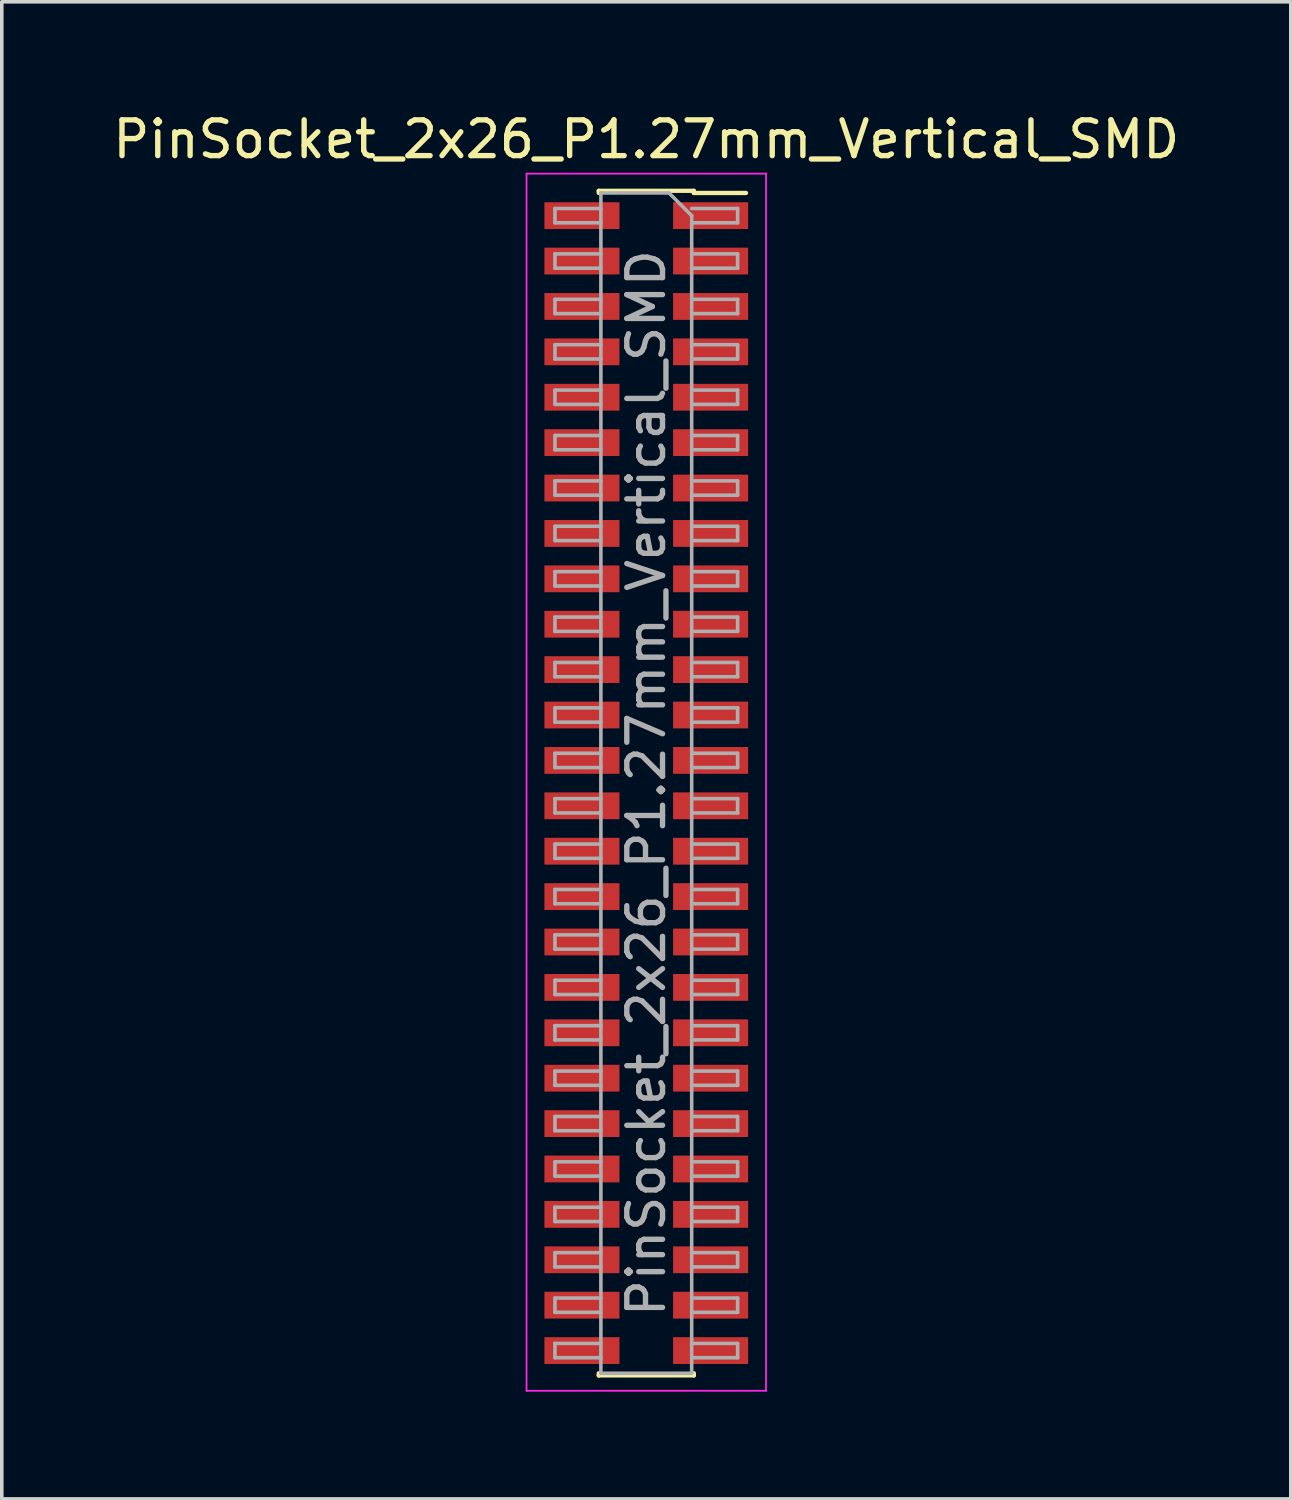
<source format=kicad_pcb>
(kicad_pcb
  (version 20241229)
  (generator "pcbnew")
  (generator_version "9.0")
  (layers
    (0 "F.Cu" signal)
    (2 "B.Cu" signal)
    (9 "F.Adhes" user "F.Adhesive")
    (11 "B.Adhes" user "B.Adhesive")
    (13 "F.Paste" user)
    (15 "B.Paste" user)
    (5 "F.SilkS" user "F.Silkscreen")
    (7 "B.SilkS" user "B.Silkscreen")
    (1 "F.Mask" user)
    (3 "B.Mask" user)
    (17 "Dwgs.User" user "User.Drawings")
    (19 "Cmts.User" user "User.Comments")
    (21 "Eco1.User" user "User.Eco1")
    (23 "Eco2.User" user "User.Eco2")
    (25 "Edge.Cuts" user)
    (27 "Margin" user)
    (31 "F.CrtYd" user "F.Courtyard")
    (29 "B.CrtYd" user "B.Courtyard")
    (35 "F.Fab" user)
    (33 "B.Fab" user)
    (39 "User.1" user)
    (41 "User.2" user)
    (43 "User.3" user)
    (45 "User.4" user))
  (footprint "PinSocket_2x26_P1.27mm_Vertical_SMD"
    (layer "F.Cu")
    (at 15.03 18.858)
    (property "Reference" "PinSocket_2x26_P1.27mm_Vertical_SMD" (at 0 -18.01 0) (layer "F.SilkS") (effects (font (size 1 1) (thickness 0.15))))
    (attr smd)
    (fp_line (start -1.33 -16.57) (end -1.33 -16.51) (stroke (width 0.12) (type solid)) (layer "F.SilkS"))
    (fp_line (start -1.33 -16.57) (end 1.33 -16.57) (stroke (width 0.12) (type solid)) (layer "F.SilkS"))
    (fp_line (start -1.33 16.51) (end -1.33 16.57) (stroke (width 0.12) (type solid)) (layer "F.SilkS"))
    (fp_line (start -1.33 16.57) (end 1.33 16.57) (stroke (width 0.12) (type solid)) (layer "F.SilkS"))
    (fp_line (start 1.33 -16.57) (end 1.33 -16.51) (stroke (width 0.12) (type solid)) (layer "F.SilkS"))
    (fp_line (start 1.33 -16.51) (end 2.79 -16.51) (stroke (width 0.12) (type solid)) (layer "F.SilkS"))
    (fp_line (start 1.33 16.51) (end 1.33 16.57) (stroke (width 0.12) (type solid)) (layer "F.SilkS"))
    (fp_line (start -3.35 -17.05) (end 3.35 -17.05) (stroke (width 0.05) (type solid)) (layer "F.CrtYd"))
    (fp_line (start -3.35 17) (end -3.35 -17.05) (stroke (width 0.05) (type solid)) (layer "F.CrtYd"))
    (fp_line (start 3.35 -17.05) (end 3.35 17) (stroke (width 0.05) (type solid)) (layer "F.CrtYd"))
    (fp_line (start 3.35 17) (end -3.35 17) (stroke (width 0.05) (type solid)) (layer "F.CrtYd"))
    (fp_line (start -2.555 -16.075) (end -1.27 -16.075) (stroke (width 0.1) (type solid)) (layer "F.Fab"))
    (fp_line (start -2.555 -15.675) (end -2.555 -16.075) (stroke (width 0.1) (type solid)) (layer "F.Fab"))
    (fp_line (start -2.555 -14.805) (end -1.27 -14.805) (stroke (width 0.1) (type solid)) (layer "F.Fab"))
    (fp_line (start -2.555 -14.405) (end -2.555 -14.805) (stroke (width 0.1) (type solid)) (layer "F.Fab"))
    (fp_line (start -2.555 -13.535) (end -1.27 -13.535) (stroke (width 0.1) (type solid)) (layer "F.Fab"))
    (fp_line (start -2.555 -13.135) (end -2.555 -13.535) (stroke (width 0.1) (type solid)) (layer "F.Fab"))
    (fp_line (start -2.555 -12.265) (end -1.27 -12.265) (stroke (width 0.1) (type solid)) (layer "F.Fab"))
    (fp_line (start -2.555 -11.865) (end -2.555 -12.265) (stroke (width 0.1) (type solid)) (layer "F.Fab"))
    (fp_line (start -2.555 -10.995) (end -1.27 -10.995) (stroke (width 0.1) (type solid)) (layer "F.Fab"))
    (fp_line (start -2.555 -10.595) (end -2.555 -10.995) (stroke (width 0.1) (type solid)) (layer "F.Fab"))
    (fp_line (start -2.555 -9.725) (end -1.27 -9.725) (stroke (width 0.1) (type solid)) (layer "F.Fab"))
    (fp_line (start -2.555 -9.325) (end -2.555 -9.725) (stroke (width 0.1) (type solid)) (layer "F.Fab"))
    (fp_line (start -2.555 -8.455) (end -1.27 -8.455) (stroke (width 0.1) (type solid)) (layer "F.Fab"))
    (fp_line (start -2.555 -8.055) (end -2.555 -8.455) (stroke (width 0.1) (type solid)) (layer "F.Fab"))
    (fp_line (start -2.555 -7.185) (end -1.27 -7.185) (stroke (width 0.1) (type solid)) (layer "F.Fab"))
    (fp_line (start -2.555 -6.785) (end -2.555 -7.185) (stroke (width 0.1) (type solid)) (layer "F.Fab"))
    (fp_line (start -2.555 -5.915) (end -1.27 -5.915) (stroke (width 0.1) (type solid)) (layer "F.Fab"))
    (fp_line (start -2.555 -5.515) (end -2.555 -5.915) (stroke (width 0.1) (type solid)) (layer "F.Fab"))
    (fp_line (start -2.555 -4.645) (end -1.27 -4.645) (stroke (width 0.1) (type solid)) (layer "F.Fab"))
    (fp_line (start -2.555 -4.245) (end -2.555 -4.645) (stroke (width 0.1) (type solid)) (layer "F.Fab"))
    (fp_line (start -2.555 -3.375) (end -1.27 -3.375) (stroke (width 0.1) (type solid)) (layer "F.Fab"))
    (fp_line (start -2.555 -2.975) (end -2.555 -3.375) (stroke (width 0.1) (type solid)) (layer "F.Fab"))
    (fp_line (start -2.555 -2.105) (end -1.27 -2.105) (stroke (width 0.1) (type solid)) (layer "F.Fab"))
    (fp_line (start -2.555 -1.705) (end -2.555 -2.105) (stroke (width 0.1) (type solid)) (layer "F.Fab"))
    (fp_line (start -2.555 -0.835) (end -1.27 -0.835) (stroke (width 0.1) (type solid)) (layer "F.Fab"))
    (fp_line (start -2.555 -0.435) (end -2.555 -0.835) (stroke (width 0.1) (type solid)) (layer "F.Fab"))
    (fp_line (start -2.555 0.435) (end -1.27 0.435) (stroke (width 0.1) (type solid)) (layer "F.Fab"))
    (fp_line (start -2.555 0.835) (end -2.555 0.435) (stroke (width 0.1) (type solid)) (layer "F.Fab"))
    (fp_line (start -2.555 1.705) (end -1.27 1.705) (stroke (width 0.1) (type solid)) (layer "F.Fab"))
    (fp_line (start -2.555 2.105) (end -2.555 1.705) (stroke (width 0.1) (type solid)) (layer "F.Fab"))
    (fp_line (start -2.555 2.975) (end -1.27 2.975) (stroke (width 0.1) (type solid)) (layer "F.Fab"))
    (fp_line (start -2.555 3.375) (end -2.555 2.975) (stroke (width 0.1) (type solid)) (layer "F.Fab"))
    (fp_line (start -2.555 4.245) (end -1.27 4.245) (stroke (width 0.1) (type solid)) (layer "F.Fab"))
    (fp_line (start -2.555 4.645) (end -2.555 4.245) (stroke (width 0.1) (type solid)) (layer "F.Fab"))
    (fp_line (start -2.555 5.515) (end -1.27 5.515) (stroke (width 0.1) (type solid)) (layer "F.Fab"))
    (fp_line (start -2.555 5.915) (end -2.555 5.515) (stroke (width 0.1) (type solid)) (layer "F.Fab"))
    (fp_line (start -2.555 6.785) (end -1.27 6.785) (stroke (width 0.1) (type solid)) (layer "F.Fab"))
    (fp_line (start -2.555 7.185) (end -2.555 6.785) (stroke (width 0.1) (type solid)) (layer "F.Fab"))
    (fp_line (start -2.555 8.055) (end -1.27 8.055) (stroke (width 0.1) (type solid)) (layer "F.Fab"))
    (fp_line (start -2.555 8.455) (end -2.555 8.055) (stroke (width 0.1) (type solid)) (layer "F.Fab"))
    (fp_line (start -2.555 9.325) (end -1.27 9.325) (stroke (width 0.1) (type solid)) (layer "F.Fab"))
    (fp_line (start -2.555 9.725) (end -2.555 9.325) (stroke (width 0.1) (type solid)) (layer "F.Fab"))
    (fp_line (start -2.555 10.595) (end -1.27 10.595) (stroke (width 0.1) (type solid)) (layer "F.Fab"))
    (fp_line (start -2.555 10.995) (end -2.555 10.595) (stroke (width 0.1) (type solid)) (layer "F.Fab"))
    (fp_line (start -2.555 11.865) (end -1.27 11.865) (stroke (width 0.1) (type solid)) (layer "F.Fab"))
    (fp_line (start -2.555 12.265) (end -2.555 11.865) (stroke (width 0.1) (type solid)) (layer "F.Fab"))
    (fp_line (start -2.555 13.135) (end -1.27 13.135) (stroke (width 0.1) (type solid)) (layer "F.Fab"))
    (fp_line (start -2.555 13.535) (end -2.555 13.135) (stroke (width 0.1) (type solid)) (layer "F.Fab"))
    (fp_line (start -2.555 14.405) (end -1.27 14.405) (stroke (width 0.1) (type solid)) (layer "F.Fab"))
    (fp_line (start -2.555 14.805) (end -2.555 14.405) (stroke (width 0.1) (type solid)) (layer "F.Fab"))
    (fp_line (start -2.555 15.675) (end -1.27 15.675) (stroke (width 0.1) (type solid)) (layer "F.Fab"))
    (fp_line (start -2.555 16.075) (end -2.555 15.675) (stroke (width 0.1) (type solid)) (layer "F.Fab"))
    (fp_line (start -1.27 -16.51) (end 0.635 -16.51) (stroke (width 0.1) (type solid)) (layer "F.Fab"))
    (fp_line (start -1.27 -15.675) (end -2.555 -15.675) (stroke (width 0.1) (type solid)) (layer "F.Fab"))
    (fp_line (start -1.27 -14.405) (end -2.555 -14.405) (stroke (width 0.1) (type solid)) (layer "F.Fab"))
    (fp_line (start -1.27 -13.135) (end -2.555 -13.135) (stroke (width 0.1) (type solid)) (layer "F.Fab"))
    (fp_line (start -1.27 -11.865) (end -2.555 -11.865) (stroke (width 0.1) (type solid)) (layer "F.Fab"))
    (fp_line (start -1.27 -10.595) (end -2.555 -10.595) (stroke (width 0.1) (type solid)) (layer "F.Fab"))
    (fp_line (start -1.27 -9.325) (end -2.555 -9.325) (stroke (width 0.1) (type solid)) (layer "F.Fab"))
    (fp_line (start -1.27 -8.055) (end -2.555 -8.055) (stroke (width 0.1) (type solid)) (layer "F.Fab"))
    (fp_line (start -1.27 -6.785) (end -2.555 -6.785) (stroke (width 0.1) (type solid)) (layer "F.Fab"))
    (fp_line (start -1.27 -5.515) (end -2.555 -5.515) (stroke (width 0.1) (type solid)) (layer "F.Fab"))
    (fp_line (start -1.27 -4.245) (end -2.555 -4.245) (stroke (width 0.1) (type solid)) (layer "F.Fab"))
    (fp_line (start -1.27 -2.975) (end -2.555 -2.975) (stroke (width 0.1) (type solid)) (layer "F.Fab"))
    (fp_line (start -1.27 -1.705) (end -2.555 -1.705) (stroke (width 0.1) (type solid)) (layer "F.Fab"))
    (fp_line (start -1.27 -0.435) (end -2.555 -0.435) (stroke (width 0.1) (type solid)) (layer "F.Fab"))
    (fp_line (start -1.27 0.835) (end -2.555 0.835) (stroke (width 0.1) (type solid)) (layer "F.Fab"))
    (fp_line (start -1.27 2.105) (end -2.555 2.105) (stroke (width 0.1) (type solid)) (layer "F.Fab"))
    (fp_line (start -1.27 3.375) (end -2.555 3.375) (stroke (width 0.1) (type solid)) (layer "F.Fab"))
    (fp_line (start -1.27 4.645) (end -2.555 4.645) (stroke (width 0.1) (type solid)) (layer "F.Fab"))
    (fp_line (start -1.27 5.915) (end -2.555 5.915) (stroke (width 0.1) (type solid)) (layer "F.Fab"))
    (fp_line (start -1.27 7.185) (end -2.555 7.185) (stroke (width 0.1) (type solid)) (layer "F.Fab"))
    (fp_line (start -1.27 8.455) (end -2.555 8.455) (stroke (width 0.1) (type solid)) (layer "F.Fab"))
    (fp_line (start -1.27 9.725) (end -2.555 9.725) (stroke (width 0.1) (type solid)) (layer "F.Fab"))
    (fp_line (start -1.27 10.995) (end -2.555 10.995) (stroke (width 0.1) (type solid)) (layer "F.Fab"))
    (fp_line (start -1.27 12.265) (end -2.555 12.265) (stroke (width 0.1) (type solid)) (layer "F.Fab"))
    (fp_line (start -1.27 13.535) (end -2.555 13.535) (stroke (width 0.1) (type solid)) (layer "F.Fab"))
    (fp_line (start -1.27 14.805) (end -2.555 14.805) (stroke (width 0.1) (type solid)) (layer "F.Fab"))
    (fp_line (start -1.27 16.075) (end -2.555 16.075) (stroke (width 0.1) (type solid)) (layer "F.Fab"))
    (fp_line (start -1.27 16.51) (end -1.27 -16.51) (stroke (width 0.1) (type solid)) (layer "F.Fab"))
    (fp_line (start 0.635 -16.51) (end 1.27 -15.875) (stroke (width 0.1) (type solid)) (layer "F.Fab"))
    (fp_line (start 1.27 -16.075) (end 2.555 -16.075) (stroke (width 0.1) (type solid)) (layer "F.Fab"))
    (fp_line (start 1.27 -15.875) (end 1.27 16.51) (stroke (width 0.1) (type solid)) (layer "F.Fab"))
    (fp_line (start 1.27 -14.805) (end 2.555 -14.805) (stroke (width 0.1) (type solid)) (layer "F.Fab"))
    (fp_line (start 1.27 -13.535) (end 2.555 -13.535) (stroke (width 0.1) (type solid)) (layer "F.Fab"))
    (fp_line (start 1.27 -12.265) (end 2.555 -12.265) (stroke (width 0.1) (type solid)) (layer "F.Fab"))
    (fp_line (start 1.27 -10.995) (end 2.555 -10.995) (stroke (width 0.1) (type solid)) (layer "F.Fab"))
    (fp_line (start 1.27 -9.725) (end 2.555 -9.725) (stroke (width 0.1) (type solid)) (layer "F.Fab"))
    (fp_line (start 1.27 -8.455) (end 2.555 -8.455) (stroke (width 0.1) (type solid)) (layer "F.Fab"))
    (fp_line (start 1.27 -7.185) (end 2.555 -7.185) (stroke (width 0.1) (type solid)) (layer "F.Fab"))
    (fp_line (start 1.27 -5.915) (end 2.555 -5.915) (stroke (width 0.1) (type solid)) (layer "F.Fab"))
    (fp_line (start 1.27 -4.645) (end 2.555 -4.645) (stroke (width 0.1) (type solid)) (layer "F.Fab"))
    (fp_line (start 1.27 -3.375) (end 2.555 -3.375) (stroke (width 0.1) (type solid)) (layer "F.Fab"))
    (fp_line (start 1.27 -2.105) (end 2.555 -2.105) (stroke (width 0.1) (type solid)) (layer "F.Fab"))
    (fp_line (start 1.27 -0.835) (end 2.555 -0.835) (stroke (width 0.1) (type solid)) (layer "F.Fab"))
    (fp_line (start 1.27 0.435) (end 2.555 0.435) (stroke (width 0.1) (type solid)) (layer "F.Fab"))
    (fp_line (start 1.27 1.705) (end 2.555 1.705) (stroke (width 0.1) (type solid)) (layer "F.Fab"))
    (fp_line (start 1.27 2.975) (end 2.555 2.975) (stroke (width 0.1) (type solid)) (layer "F.Fab"))
    (fp_line (start 1.27 4.245) (end 2.555 4.245) (stroke (width 0.1) (type solid)) (layer "F.Fab"))
    (fp_line (start 1.27 5.515) (end 2.555 5.515) (stroke (width 0.1) (type solid)) (layer "F.Fab"))
    (fp_line (start 1.27 6.785) (end 2.555 6.785) (stroke (width 0.1) (type solid)) (layer "F.Fab"))
    (fp_line (start 1.27 8.055) (end 2.555 8.055) (stroke (width 0.1) (type solid)) (layer "F.Fab"))
    (fp_line (start 1.27 9.325) (end 2.555 9.325) (stroke (width 0.1) (type solid)) (layer "F.Fab"))
    (fp_line (start 1.27 10.595) (end 2.555 10.595) (stroke (width 0.1) (type solid)) (layer "F.Fab"))
    (fp_line (start 1.27 11.865) (end 2.555 11.865) (stroke (width 0.1) (type solid)) (layer "F.Fab"))
    (fp_line (start 1.27 13.135) (end 2.555 13.135) (stroke (width 0.1) (type solid)) (layer "F.Fab"))
    (fp_line (start 1.27 14.405) (end 2.555 14.405) (stroke (width 0.1) (type solid)) (layer "F.Fab"))
    (fp_line (start 1.27 15.675) (end 2.555 15.675) (stroke (width 0.1) (type solid)) (layer "F.Fab"))
    (fp_line (start 1.27 16.51) (end -1.27 16.51) (stroke (width 0.1) (type solid)) (layer "F.Fab"))
    (fp_line (start 2.555 -16.075) (end 2.555 -15.675) (stroke (width 0.1) (type solid)) (layer "F.Fab"))
    (fp_line (start 2.555 -15.675) (end 1.27 -15.675) (stroke (width 0.1) (type solid)) (layer "F.Fab"))
    (fp_line (start 2.555 -14.805) (end 2.555 -14.405) (stroke (width 0.1) (type solid)) (layer "F.Fab"))
    (fp_line (start 2.555 -14.405) (end 1.27 -14.405) (stroke (width 0.1) (type solid)) (layer "F.Fab"))
    (fp_line (start 2.555 -13.535) (end 2.555 -13.135) (stroke (width 0.1) (type solid)) (layer "F.Fab"))
    (fp_line (start 2.555 -13.135) (end 1.27 -13.135) (stroke (width 0.1) (type solid)) (layer "F.Fab"))
    (fp_line (start 2.555 -12.265) (end 2.555 -11.865) (stroke (width 0.1) (type solid)) (layer "F.Fab"))
    (fp_line (start 2.555 -11.865) (end 1.27 -11.865) (stroke (width 0.1) (type solid)) (layer "F.Fab"))
    (fp_line (start 2.555 -10.995) (end 2.555 -10.595) (stroke (width 0.1) (type solid)) (layer "F.Fab"))
    (fp_line (start 2.555 -10.595) (end 1.27 -10.595) (stroke (width 0.1) (type solid)) (layer "F.Fab"))
    (fp_line (start 2.555 -9.725) (end 2.555 -9.325) (stroke (width 0.1) (type solid)) (layer "F.Fab"))
    (fp_line (start 2.555 -9.325) (end 1.27 -9.325) (stroke (width 0.1) (type solid)) (layer "F.Fab"))
    (fp_line (start 2.555 -8.455) (end 2.555 -8.055) (stroke (width 0.1) (type solid)) (layer "F.Fab"))
    (fp_line (start 2.555 -8.055) (end 1.27 -8.055) (stroke (width 0.1) (type solid)) (layer "F.Fab"))
    (fp_line (start 2.555 -7.185) (end 2.555 -6.785) (stroke (width 0.1) (type solid)) (layer "F.Fab"))
    (fp_line (start 2.555 -6.785) (end 1.27 -6.785) (stroke (width 0.1) (type solid)) (layer "F.Fab"))
    (fp_line (start 2.555 -5.915) (end 2.555 -5.515) (stroke (width 0.1) (type solid)) (layer "F.Fab"))
    (fp_line (start 2.555 -5.515) (end 1.27 -5.515) (stroke (width 0.1) (type solid)) (layer "F.Fab"))
    (fp_line (start 2.555 -4.645) (end 2.555 -4.245) (stroke (width 0.1) (type solid)) (layer "F.Fab"))
    (fp_line (start 2.555 -4.245) (end 1.27 -4.245) (stroke (width 0.1) (type solid)) (layer "F.Fab"))
    (fp_line (start 2.555 -3.375) (end 2.555 -2.975) (stroke (width 0.1) (type solid)) (layer "F.Fab"))
    (fp_line (start 2.555 -2.975) (end 1.27 -2.975) (stroke (width 0.1) (type solid)) (layer "F.Fab"))
    (fp_line (start 2.555 -2.105) (end 2.555 -1.705) (stroke (width 0.1) (type solid)) (layer "F.Fab"))
    (fp_line (start 2.555 -1.705) (end 1.27 -1.705) (stroke (width 0.1) (type solid)) (layer "F.Fab"))
    (fp_line (start 2.555 -0.835) (end 2.555 -0.435) (stroke (width 0.1) (type solid)) (layer "F.Fab"))
    (fp_line (start 2.555 -0.435) (end 1.27 -0.435) (stroke (width 0.1) (type solid)) (layer "F.Fab"))
    (fp_line (start 2.555 0.435) (end 2.555 0.835) (stroke (width 0.1) (type solid)) (layer "F.Fab"))
    (fp_line (start 2.555 0.835) (end 1.27 0.835) (stroke (width 0.1) (type solid)) (layer "F.Fab"))
    (fp_line (start 2.555 1.705) (end 2.555 2.105) (stroke (width 0.1) (type solid)) (layer "F.Fab"))
    (fp_line (start 2.555 2.105) (end 1.27 2.105) (stroke (width 0.1) (type solid)) (layer "F.Fab"))
    (fp_line (start 2.555 2.975) (end 2.555 3.375) (stroke (width 0.1) (type solid)) (layer "F.Fab"))
    (fp_line (start 2.555 3.375) (end 1.27 3.375) (stroke (width 0.1) (type solid)) (layer "F.Fab"))
    (fp_line (start 2.555 4.245) (end 2.555 4.645) (stroke (width 0.1) (type solid)) (layer "F.Fab"))
    (fp_line (start 2.555 4.645) (end 1.27 4.645) (stroke (width 0.1) (type solid)) (layer "F.Fab"))
    (fp_line (start 2.555 5.515) (end 2.555 5.915) (stroke (width 0.1) (type solid)) (layer "F.Fab"))
    (fp_line (start 2.555 5.915) (end 1.27 5.915) (stroke (width 0.1) (type solid)) (layer "F.Fab"))
    (fp_line (start 2.555 6.785) (end 2.555 7.185) (stroke (width 0.1) (type solid)) (layer "F.Fab"))
    (fp_line (start 2.555 7.185) (end 1.27 7.185) (stroke (width 0.1) (type solid)) (layer "F.Fab"))
    (fp_line (start 2.555 8.055) (end 2.555 8.455) (stroke (width 0.1) (type solid)) (layer "F.Fab"))
    (fp_line (start 2.555 8.455) (end 1.27 8.455) (stroke (width 0.1) (type solid)) (layer "F.Fab"))
    (fp_line (start 2.555 9.325) (end 2.555 9.725) (stroke (width 0.1) (type solid)) (layer "F.Fab"))
    (fp_line (start 2.555 9.725) (end 1.27 9.725) (stroke (width 0.1) (type solid)) (layer "F.Fab"))
    (fp_line (start 2.555 10.595) (end 2.555 10.995) (stroke (width 0.1) (type solid)) (layer "F.Fab"))
    (fp_line (start 2.555 10.995) (end 1.27 10.995) (stroke (width 0.1) (type solid)) (layer "F.Fab"))
    (fp_line (start 2.555 11.865) (end 2.555 12.265) (stroke (width 0.1) (type solid)) (layer "F.Fab"))
    (fp_line (start 2.555 12.265) (end 1.27 12.265) (stroke (width 0.1) (type solid)) (layer "F.Fab"))
    (fp_line (start 2.555 13.135) (end 2.555 13.535) (stroke (width 0.1) (type solid)) (layer "F.Fab"))
    (fp_line (start 2.555 13.535) (end 1.27 13.535) (stroke (width 0.1) (type solid)) (layer "F.Fab"))
    (fp_line (start 2.555 14.405) (end 2.555 14.805) (stroke (width 0.1) (type solid)) (layer "F.Fab"))
    (fp_line (start 2.555 14.805) (end 1.27 14.805) (stroke (width 0.1) (type solid)) (layer "F.Fab"))
    (fp_line (start 2.555 15.675) (end 2.555 16.075) (stroke (width 0.1) (type solid)) (layer "F.Fab"))
    (fp_line (start 2.555 16.075) (end 1.27 16.075) (stroke (width 0.1) (type solid)) (layer "F.Fab"))
    (fp_text user "${REFERENCE}" (at 0 0 90) (layer "F.Fab") (effects (font (size 1 1) (thickness 0.15))))
    (pad "1" smd rect (at 1.8 -15.875) (size 2.1 0.75) (layers "F.Cu" "F.Mask" "F.Paste"))
    (pad "2" smd rect (at -1.8 -15.875) (size 2.1 0.75) (layers "F.Cu" "F.Mask" "F.Paste"))
    (pad "3" smd rect (at 1.8 -14.605) (size 2.1 0.75) (layers "F.Cu" "F.Mask" "F.Paste"))
    (pad "4" smd rect (at -1.8 -14.605) (size 2.1 0.75) (layers "F.Cu" "F.Mask" "F.Paste"))
    (pad "5" smd rect (at 1.8 -13.335) (size 2.1 0.75) (layers "F.Cu" "F.Mask" "F.Paste"))
    (pad "6" smd rect (at -1.8 -13.335) (size 2.1 0.75) (layers "F.Cu" "F.Mask" "F.Paste"))
    (pad "7" smd rect (at 1.8 -12.065) (size 2.1 0.75) (layers "F.Cu" "F.Mask" "F.Paste"))
    (pad "8" smd rect (at -1.8 -12.065) (size 2.1 0.75) (layers "F.Cu" "F.Mask" "F.Paste"))
    (pad "9" smd rect (at 1.8 -10.795) (size 2.1 0.75) (layers "F.Cu" "F.Mask" "F.Paste"))
    (pad "10" smd rect (at -1.8 -10.795) (size 2.1 0.75) (layers "F.Cu" "F.Mask" "F.Paste"))
    (pad "11" smd rect (at 1.8 -9.525) (size 2.1 0.75) (layers "F.Cu" "F.Mask" "F.Paste"))
    (pad "12" smd rect (at -1.8 -9.525) (size 2.1 0.75) (layers "F.Cu" "F.Mask" "F.Paste"))
    (pad "13" smd rect (at 1.8 -8.255) (size 2.1 0.75) (layers "F.Cu" "F.Mask" "F.Paste"))
    (pad "14" smd rect (at -1.8 -8.255) (size 2.1 0.75) (layers "F.Cu" "F.Mask" "F.Paste"))
    (pad "15" smd rect (at 1.8 -6.985) (size 2.1 0.75) (layers "F.Cu" "F.Mask" "F.Paste"))
    (pad "16" smd rect (at -1.8 -6.985) (size 2.1 0.75) (layers "F.Cu" "F.Mask" "F.Paste"))
    (pad "17" smd rect (at 1.8 -5.715) (size 2.1 0.75) (layers "F.Cu" "F.Mask" "F.Paste"))
    (pad "18" smd rect (at -1.8 -5.715) (size 2.1 0.75) (layers "F.Cu" "F.Mask" "F.Paste"))
    (pad "19" smd rect (at 1.8 -4.445) (size 2.1 0.75) (layers "F.Cu" "F.Mask" "F.Paste"))
    (pad "20" smd rect (at -1.8 -4.445) (size 2.1 0.75) (layers "F.Cu" "F.Mask" "F.Paste"))
    (pad "21" smd rect (at 1.8 -3.175) (size 2.1 0.75) (layers "F.Cu" "F.Mask" "F.Paste"))
    (pad "22" smd rect (at -1.8 -3.175) (size 2.1 0.75) (layers "F.Cu" "F.Mask" "F.Paste"))
    (pad "23" smd rect (at 1.8 -1.905) (size 2.1 0.75) (layers "F.Cu" "F.Mask" "F.Paste"))
    (pad "24" smd rect (at -1.8 -1.905) (size 2.1 0.75) (layers "F.Cu" "F.Mask" "F.Paste"))
    (pad "25" smd rect (at 1.8 -0.635) (size 2.1 0.75) (layers "F.Cu" "F.Mask" "F.Paste"))
    (pad "26" smd rect (at -1.8 -0.635) (size 2.1 0.75) (layers "F.Cu" "F.Mask" "F.Paste"))
    (pad "27" smd rect (at 1.8 0.635) (size 2.1 0.75) (layers "F.Cu" "F.Mask" "F.Paste"))
    (pad "28" smd rect (at -1.8 0.635) (size 2.1 0.75) (layers "F.Cu" "F.Mask" "F.Paste"))
    (pad "29" smd rect (at 1.8 1.905) (size 2.1 0.75) (layers "F.Cu" "F.Mask" "F.Paste"))
    (pad "30" smd rect (at -1.8 1.905) (size 2.1 0.75) (layers "F.Cu" "F.Mask" "F.Paste"))
    (pad "31" smd rect (at 1.8 3.175) (size 2.1 0.75) (layers "F.Cu" "F.Mask" "F.Paste"))
    (pad "32" smd rect (at -1.8 3.175) (size 2.1 0.75) (layers "F.Cu" "F.Mask" "F.Paste"))
    (pad "33" smd rect (at 1.8 4.445) (size 2.1 0.75) (layers "F.Cu" "F.Mask" "F.Paste"))
    (pad "34" smd rect (at -1.8 4.445) (size 2.1 0.75) (layers "F.Cu" "F.Mask" "F.Paste"))
    (pad "35" smd rect (at 1.8 5.715) (size 2.1 0.75) (layers "F.Cu" "F.Mask" "F.Paste"))
    (pad "36" smd rect (at -1.8 5.715) (size 2.1 0.75) (layers "F.Cu" "F.Mask" "F.Paste"))
    (pad "37" smd rect (at 1.8 6.985) (size 2.1 0.75) (layers "F.Cu" "F.Mask" "F.Paste"))
    (pad "38" smd rect (at -1.8 6.985) (size 2.1 0.75) (layers "F.Cu" "F.Mask" "F.Paste"))
    (pad "39" smd rect (at 1.8 8.255) (size 2.1 0.75) (layers "F.Cu" "F.Mask" "F.Paste"))
    (pad "40" smd rect (at -1.8 8.255) (size 2.1 0.75) (layers "F.Cu" "F.Mask" "F.Paste"))
    (pad "41" smd rect (at 1.8 9.525) (size 2.1 0.75) (layers "F.Cu" "F.Mask" "F.Paste"))
    (pad "42" smd rect (at -1.8 9.525) (size 2.1 0.75) (layers "F.Cu" "F.Mask" "F.Paste"))
    (pad "43" smd rect (at 1.8 10.795) (size 2.1 0.75) (layers "F.Cu" "F.Mask" "F.Paste"))
    (pad "44" smd rect (at -1.8 10.795) (size 2.1 0.75) (layers "F.Cu" "F.Mask" "F.Paste"))
    (pad "45" smd rect (at 1.8 12.065) (size 2.1 0.75) (layers "F.Cu" "F.Mask" "F.Paste"))
    (pad "46" smd rect (at -1.8 12.065) (size 2.1 0.75) (layers "F.Cu" "F.Mask" "F.Paste"))
    (pad "47" smd rect (at 1.8 13.335) (size 2.1 0.75) (layers "F.Cu" "F.Mask" "F.Paste"))
    (pad "48" smd rect (at -1.8 13.335) (size 2.1 0.75) (layers "F.Cu" "F.Mask" "F.Paste"))
    (pad "49" smd rect (at 1.8 14.605) (size 2.1 0.75) (layers "F.Cu" "F.Mask" "F.Paste"))
    (pad "50" smd rect (at -1.8 14.605) (size 2.1 0.75) (layers "F.Cu" "F.Mask" "F.Paste"))
    (pad "51" smd rect (at 1.8 15.875) (size 2.1 0.75) (layers "F.Cu" "F.Mask" "F.Paste"))
    (pad "52" smd rect (at -1.8 15.875) (size 2.1 0.75) (layers "F.Cu" "F.Mask" "F.Paste")))
  (gr_rect
    (start -3 -3)
    (end 33.06 38.883)
    (stroke (width 0.1) (type default))
    (fill no)
    (layer "Edge.Cuts")))
</source>
